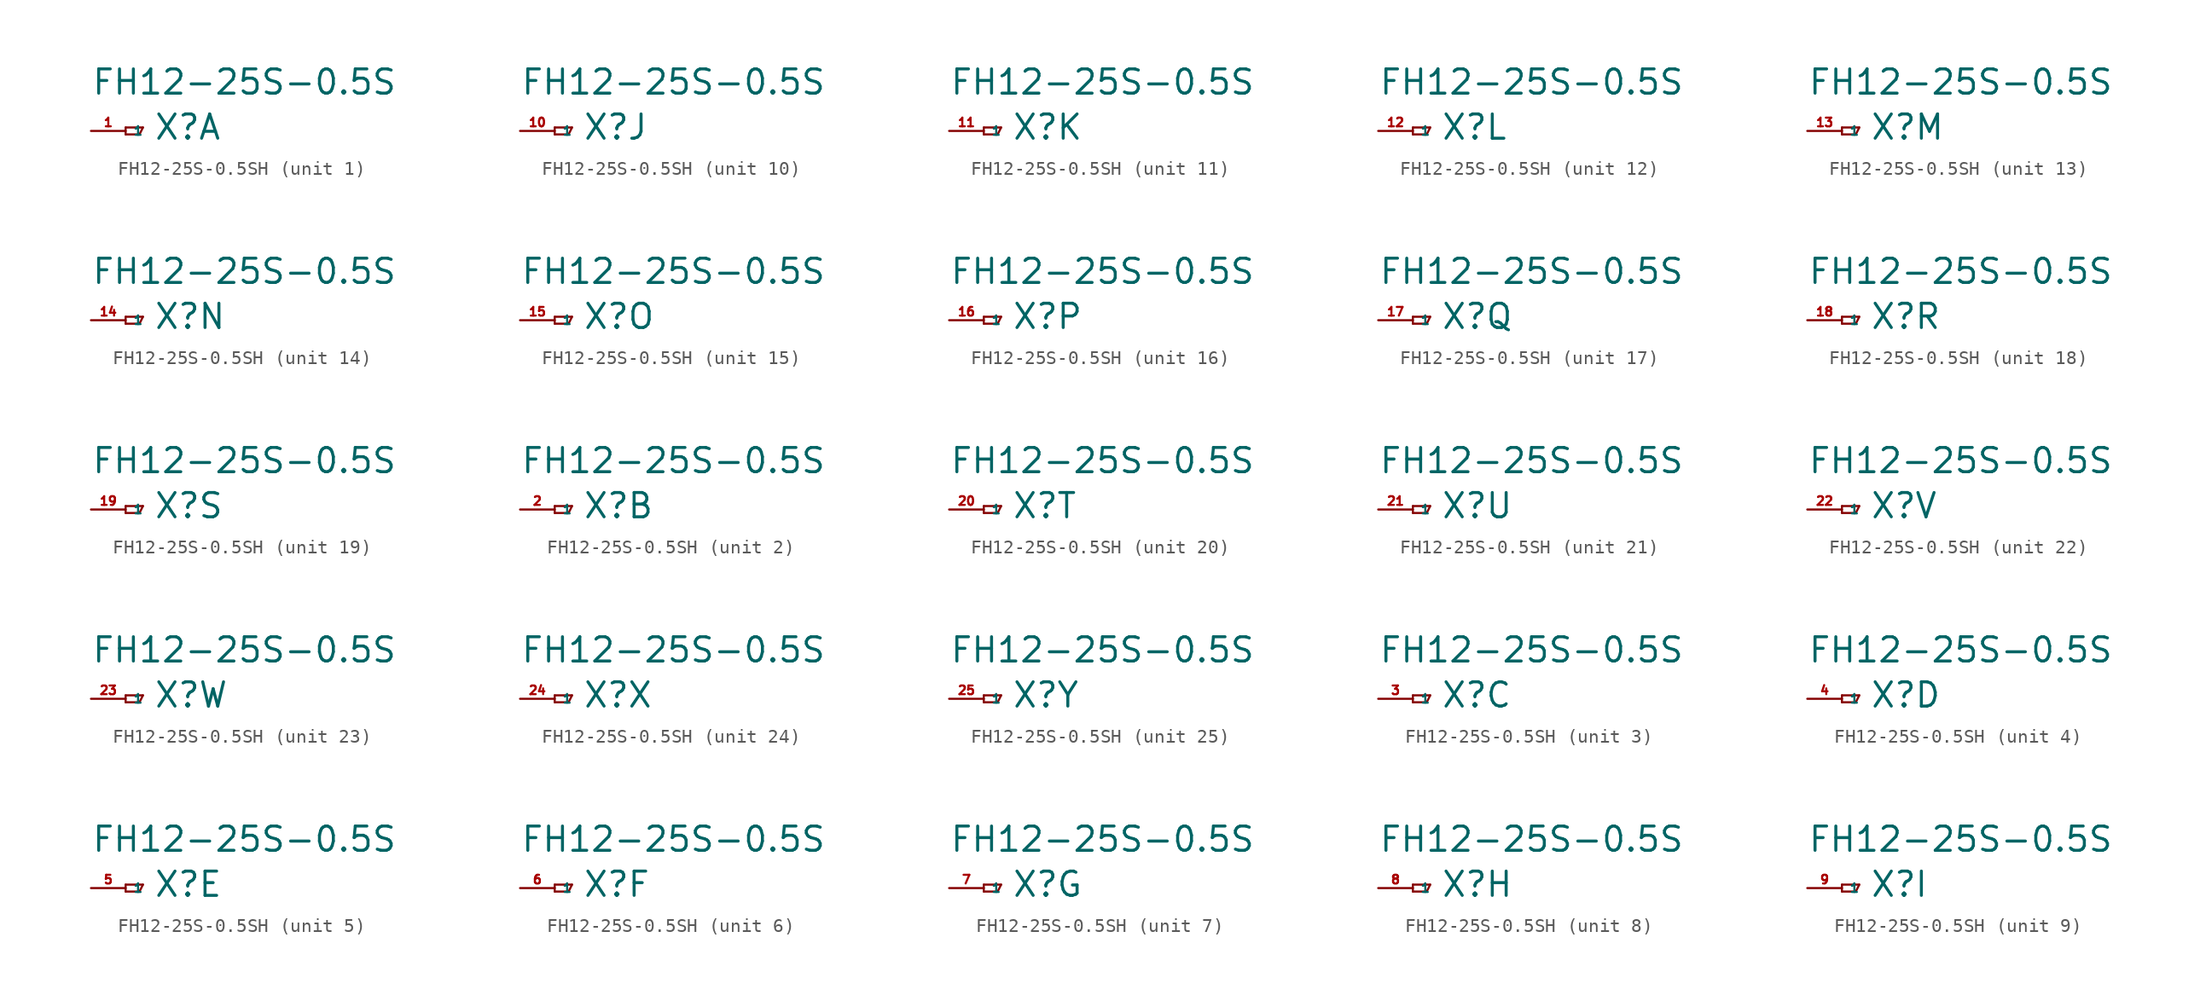
<source format=kicad_sym>
(kicad_symbol_lib
  (version 20220914)
  (generator Eagle2Kicad)
  (symbol "FH12-25S-0.5SH"
    (property "Reference" "X"
      (at 2.032 -0.762 0)
      (effects (font (size 1.778 1.778) (thickness 0.22)) (justify left bottom)))
    (property "Value" "FH12-25S-0.5S"
      (at -2.54 2.54 0)
      (effects (font (size 1.778 1.778) (thickness 0.22)) (justify left bottom)))
    (symbol "FH12-25S-0.5SH_1_0"
      (polyline (pts (xy 0 0.254) (xy 0 -0.254)) (stroke (width 0.152) (type default)) (fill (type none)))
      (polyline (pts (xy 0 -0.254) (xy 1.016 -0.254)) (stroke (width 0.152) (type default)) (fill (type none)))
      (polyline (pts (xy 1.016 -0.254) (xy 1.27 0.254)) (stroke (width 0.152) (type default)) (fill (type none)))
      (polyline (pts (xy 1.27 0.254) (xy 0 0.254)) (stroke (width 0.152) (type default)) (fill (type none)))
      (pin passive line (at -2.54 0 0) (length 2.54) (name "1" (effects (font (size 0.635 0.635) (thickness 0.08)) (justify left bottom))) (number "1" (effects (font (size 0.635 0.635) (thickness 0.08)) (justify left bottom)))))
    (symbol "FH12-25S-0.5SH_2_0"
      (polyline (pts (xy 0 0.254) (xy 0 -0.254)) (stroke (width 0.152) (type default)) (fill (type none)))
      (polyline (pts (xy 0 -0.254) (xy 1.016 -0.254)) (stroke (width 0.152) (type default)) (fill (type none)))
      (polyline (pts (xy 1.016 -0.254) (xy 1.27 0.254)) (stroke (width 0.152) (type default)) (fill (type none)))
      (polyline (pts (xy 1.27 0.254) (xy 0 0.254)) (stroke (width 0.152) (type default)) (fill (type none)))
      (pin passive line (at -2.54 0 0) (length 2.54) (name "1" (effects (font (size 0.635 0.635) (thickness 0.08)) (justify left bottom))) (number "2" (effects (font (size 0.635 0.635) (thickness 0.08)) (justify left bottom)))))
    (symbol "FH12-25S-0.5SH_3_0"
      (polyline (pts (xy 0 0.254) (xy 0 -0.254)) (stroke (width 0.152) (type default)) (fill (type none)))
      (polyline (pts (xy 0 -0.254) (xy 1.016 -0.254)) (stroke (width 0.152) (type default)) (fill (type none)))
      (polyline (pts (xy 1.016 -0.254) (xy 1.27 0.254)) (stroke (width 0.152) (type default)) (fill (type none)))
      (polyline (pts (xy 1.27 0.254) (xy 0 0.254)) (stroke (width 0.152) (type default)) (fill (type none)))
      (pin passive line (at -2.54 0 0) (length 2.54) (name "1" (effects (font (size 0.635 0.635) (thickness 0.08)) (justify left bottom))) (number "3" (effects (font (size 0.635 0.635) (thickness 0.08)) (justify left bottom)))))
    (symbol "FH12-25S-0.5SH_4_0"
      (polyline (pts (xy 0 0.254) (xy 0 -0.254)) (stroke (width 0.152) (type default)) (fill (type none)))
      (polyline (pts (xy 0 -0.254) (xy 1.016 -0.254)) (stroke (width 0.152) (type default)) (fill (type none)))
      (polyline (pts (xy 1.016 -0.254) (xy 1.27 0.254)) (stroke (width 0.152) (type default)) (fill (type none)))
      (polyline (pts (xy 1.27 0.254) (xy 0 0.254)) (stroke (width 0.152) (type default)) (fill (type none)))
      (pin passive line (at -2.54 0 0) (length 2.54) (name "1" (effects (font (size 0.635 0.635) (thickness 0.08)) (justify left bottom))) (number "4" (effects (font (size 0.635 0.635) (thickness 0.08)) (justify left bottom)))))
    (symbol "FH12-25S-0.5SH_5_0"
      (polyline (pts (xy 0 0.254) (xy 0 -0.254)) (stroke (width 0.152) (type default)) (fill (type none)))
      (polyline (pts (xy 0 -0.254) (xy 1.016 -0.254)) (stroke (width 0.152) (type default)) (fill (type none)))
      (polyline (pts (xy 1.016 -0.254) (xy 1.27 0.254)) (stroke (width 0.152) (type default)) (fill (type none)))
      (polyline (pts (xy 1.27 0.254) (xy 0 0.254)) (stroke (width 0.152) (type default)) (fill (type none)))
      (pin passive line (at -2.54 0 0) (length 2.54) (name "1" (effects (font (size 0.635 0.635) (thickness 0.08)) (justify left bottom))) (number "5" (effects (font (size 0.635 0.635) (thickness 0.08)) (justify left bottom)))))
    (symbol "FH12-25S-0.5SH_6_0"
      (polyline (pts (xy 0 0.254) (xy 0 -0.254)) (stroke (width 0.152) (type default)) (fill (type none)))
      (polyline (pts (xy 0 -0.254) (xy 1.016 -0.254)) (stroke (width 0.152) (type default)) (fill (type none)))
      (polyline (pts (xy 1.016 -0.254) (xy 1.27 0.254)) (stroke (width 0.152) (type default)) (fill (type none)))
      (polyline (pts (xy 1.27 0.254) (xy 0 0.254)) (stroke (width 0.152) (type default)) (fill (type none)))
      (pin passive line (at -2.54 0 0) (length 2.54) (name "1" (effects (font (size 0.635 0.635) (thickness 0.08)) (justify left bottom))) (number "6" (effects (font (size 0.635 0.635) (thickness 0.08)) (justify left bottom)))))
    (symbol "FH12-25S-0.5SH_7_0"
      (polyline (pts (xy 0 0.254) (xy 0 -0.254)) (stroke (width 0.152) (type default)) (fill (type none)))
      (polyline (pts (xy 0 -0.254) (xy 1.016 -0.254)) (stroke (width 0.152) (type default)) (fill (type none)))
      (polyline (pts (xy 1.016 -0.254) (xy 1.27 0.254)) (stroke (width 0.152) (type default)) (fill (type none)))
      (polyline (pts (xy 1.27 0.254) (xy 0 0.254)) (stroke (width 0.152) (type default)) (fill (type none)))
      (pin passive line (at -2.54 0 0) (length 2.54) (name "1" (effects (font (size 0.635 0.635) (thickness 0.08)) (justify left bottom))) (number "7" (effects (font (size 0.635 0.635) (thickness 0.08)) (justify left bottom)))))
    (symbol "FH12-25S-0.5SH_8_0"
      (polyline (pts (xy 0 0.254) (xy 0 -0.254)) (stroke (width 0.152) (type default)) (fill (type none)))
      (polyline (pts (xy 0 -0.254) (xy 1.016 -0.254)) (stroke (width 0.152) (type default)) (fill (type none)))
      (polyline (pts (xy 1.016 -0.254) (xy 1.27 0.254)) (stroke (width 0.152) (type default)) (fill (type none)))
      (polyline (pts (xy 1.27 0.254) (xy 0 0.254)) (stroke (width 0.152) (type default)) (fill (type none)))
      (pin passive line (at -2.54 0 0) (length 2.54) (name "1" (effects (font (size 0.635 0.635) (thickness 0.08)) (justify left bottom))) (number "8" (effects (font (size 0.635 0.635) (thickness 0.08)) (justify left bottom)))))
    (symbol "FH12-25S-0.5SH_9_0"
      (polyline (pts (xy 0 0.254) (xy 0 -0.254)) (stroke (width 0.152) (type default)) (fill (type none)))
      (polyline (pts (xy 0 -0.254) (xy 1.016 -0.254)) (stroke (width 0.152) (type default)) (fill (type none)))
      (polyline (pts (xy 1.016 -0.254) (xy 1.27 0.254)) (stroke (width 0.152) (type default)) (fill (type none)))
      (polyline (pts (xy 1.27 0.254) (xy 0 0.254)) (stroke (width 0.152) (type default)) (fill (type none)))
      (pin passive line (at -2.54 0 0) (length 2.54) (name "1" (effects (font (size 0.635 0.635) (thickness 0.08)) (justify left bottom))) (number "9" (effects (font (size 0.635 0.635) (thickness 0.08)) (justify left bottom)))))
    (symbol "FH12-25S-0.5SH_10_0"
      (polyline (pts (xy 0 0.254) (xy 0 -0.254)) (stroke (width 0.152) (type default)) (fill (type none)))
      (polyline (pts (xy 0 -0.254) (xy 1.016 -0.254)) (stroke (width 0.152) (type default)) (fill (type none)))
      (polyline (pts (xy 1.016 -0.254) (xy 1.27 0.254)) (stroke (width 0.152) (type default)) (fill (type none)))
      (polyline (pts (xy 1.27 0.254) (xy 0 0.254)) (stroke (width 0.152) (type default)) (fill (type none)))
      (pin passive line (at -2.54 0 0) (length 2.54) (name "1" (effects (font (size 0.635 0.635) (thickness 0.08)) (justify left bottom))) (number "10" (effects (font (size 0.635 0.635) (thickness 0.08)) (justify left bottom)))))
    (symbol "FH12-25S-0.5SH_11_0"
      (polyline (pts (xy 0 0.254) (xy 0 -0.254)) (stroke (width 0.152) (type default)) (fill (type none)))
      (polyline (pts (xy 0 -0.254) (xy 1.016 -0.254)) (stroke (width 0.152) (type default)) (fill (type none)))
      (polyline (pts (xy 1.016 -0.254) (xy 1.27 0.254)) (stroke (width 0.152) (type default)) (fill (type none)))
      (polyline (pts (xy 1.27 0.254) (xy 0 0.254)) (stroke (width 0.152) (type default)) (fill (type none)))
      (pin passive line (at -2.54 0 0) (length 2.54) (name "1" (effects (font (size 0.635 0.635) (thickness 0.08)) (justify left bottom))) (number "11" (effects (font (size 0.635 0.635) (thickness 0.08)) (justify left bottom)))))
    (symbol "FH12-25S-0.5SH_12_0"
      (polyline (pts (xy 0 0.254) (xy 0 -0.254)) (stroke (width 0.152) (type default)) (fill (type none)))
      (polyline (pts (xy 0 -0.254) (xy 1.016 -0.254)) (stroke (width 0.152) (type default)) (fill (type none)))
      (polyline (pts (xy 1.016 -0.254) (xy 1.27 0.254)) (stroke (width 0.152) (type default)) (fill (type none)))
      (polyline (pts (xy 1.27 0.254) (xy 0 0.254)) (stroke (width 0.152) (type default)) (fill (type none)))
      (pin passive line (at -2.54 0 0) (length 2.54) (name "1" (effects (font (size 0.635 0.635) (thickness 0.08)) (justify left bottom))) (number "12" (effects (font (size 0.635 0.635) (thickness 0.08)) (justify left bottom)))))
    (symbol "FH12-25S-0.5SH_13_0"
      (polyline (pts (xy 0 0.254) (xy 0 -0.254)) (stroke (width 0.152) (type default)) (fill (type none)))
      (polyline (pts (xy 0 -0.254) (xy 1.016 -0.254)) (stroke (width 0.152) (type default)) (fill (type none)))
      (polyline (pts (xy 1.016 -0.254) (xy 1.27 0.254)) (stroke (width 0.152) (type default)) (fill (type none)))
      (polyline (pts (xy 1.27 0.254) (xy 0 0.254)) (stroke (width 0.152) (type default)) (fill (type none)))
      (pin passive line (at -2.54 0 0) (length 2.54) (name "1" (effects (font (size 0.635 0.635) (thickness 0.08)) (justify left bottom))) (number "13" (effects (font (size 0.635 0.635) (thickness 0.08)) (justify left bottom)))))
    (symbol "FH12-25S-0.5SH_14_0"
      (polyline (pts (xy 0 0.254) (xy 0 -0.254)) (stroke (width 0.152) (type default)) (fill (type none)))
      (polyline (pts (xy 0 -0.254) (xy 1.016 -0.254)) (stroke (width 0.152) (type default)) (fill (type none)))
      (polyline (pts (xy 1.016 -0.254) (xy 1.27 0.254)) (stroke (width 0.152) (type default)) (fill (type none)))
      (polyline (pts (xy 1.27 0.254) (xy 0 0.254)) (stroke (width 0.152) (type default)) (fill (type none)))
      (pin passive line (at -2.54 0 0) (length 2.54) (name "1" (effects (font (size 0.635 0.635) (thickness 0.08)) (justify left bottom))) (number "14" (effects (font (size 0.635 0.635) (thickness 0.08)) (justify left bottom)))))
    (symbol "FH12-25S-0.5SH_15_0"
      (polyline (pts (xy 0 0.254) (xy 0 -0.254)) (stroke (width 0.152) (type default)) (fill (type none)))
      (polyline (pts (xy 0 -0.254) (xy 1.016 -0.254)) (stroke (width 0.152) (type default)) (fill (type none)))
      (polyline (pts (xy 1.016 -0.254) (xy 1.27 0.254)) (stroke (width 0.152) (type default)) (fill (type none)))
      (polyline (pts (xy 1.27 0.254) (xy 0 0.254)) (stroke (width 0.152) (type default)) (fill (type none)))
      (pin passive line (at -2.54 0 0) (length 2.54) (name "1" (effects (font (size 0.635 0.635) (thickness 0.08)) (justify left bottom))) (number "15" (effects (font (size 0.635 0.635) (thickness 0.08)) (justify left bottom)))))
    (symbol "FH12-25S-0.5SH_16_0"
      (polyline (pts (xy 0 0.254) (xy 0 -0.254)) (stroke (width 0.152) (type default)) (fill (type none)))
      (polyline (pts (xy 0 -0.254) (xy 1.016 -0.254)) (stroke (width 0.152) (type default)) (fill (type none)))
      (polyline (pts (xy 1.016 -0.254) (xy 1.27 0.254)) (stroke (width 0.152) (type default)) (fill (type none)))
      (polyline (pts (xy 1.27 0.254) (xy 0 0.254)) (stroke (width 0.152) (type default)) (fill (type none)))
      (pin passive line (at -2.54 0 0) (length 2.54) (name "1" (effects (font (size 0.635 0.635) (thickness 0.08)) (justify left bottom))) (number "16" (effects (font (size 0.635 0.635) (thickness 0.08)) (justify left bottom)))))
    (symbol "FH12-25S-0.5SH_17_0"
      (polyline (pts (xy 0 0.254) (xy 0 -0.254)) (stroke (width 0.152) (type default)) (fill (type none)))
      (polyline (pts (xy 0 -0.254) (xy 1.016 -0.254)) (stroke (width 0.152) (type default)) (fill (type none)))
      (polyline (pts (xy 1.016 -0.254) (xy 1.27 0.254)) (stroke (width 0.152) (type default)) (fill (type none)))
      (polyline (pts (xy 1.27 0.254) (xy 0 0.254)) (stroke (width 0.152) (type default)) (fill (type none)))
      (pin passive line (at -2.54 0 0) (length 2.54) (name "1" (effects (font (size 0.635 0.635) (thickness 0.08)) (justify left bottom))) (number "17" (effects (font (size 0.635 0.635) (thickness 0.08)) (justify left bottom)))))
    (symbol "FH12-25S-0.5SH_18_0"
      (polyline (pts (xy 0 0.254) (xy 0 -0.254)) (stroke (width 0.152) (type default)) (fill (type none)))
      (polyline (pts (xy 0 -0.254) (xy 1.016 -0.254)) (stroke (width 0.152) (type default)) (fill (type none)))
      (polyline (pts (xy 1.016 -0.254) (xy 1.27 0.254)) (stroke (width 0.152) (type default)) (fill (type none)))
      (polyline (pts (xy 1.27 0.254) (xy 0 0.254)) (stroke (width 0.152) (type default)) (fill (type none)))
      (pin passive line (at -2.54 0 0) (length 2.54) (name "1" (effects (font (size 0.635 0.635) (thickness 0.08)) (justify left bottom))) (number "18" (effects (font (size 0.635 0.635) (thickness 0.08)) (justify left bottom)))))
    (symbol "FH12-25S-0.5SH_19_0"
      (polyline (pts (xy 0 0.254) (xy 0 -0.254)) (stroke (width 0.152) (type default)) (fill (type none)))
      (polyline (pts (xy 0 -0.254) (xy 1.016 -0.254)) (stroke (width 0.152) (type default)) (fill (type none)))
      (polyline (pts (xy 1.016 -0.254) (xy 1.27 0.254)) (stroke (width 0.152) (type default)) (fill (type none)))
      (polyline (pts (xy 1.27 0.254) (xy 0 0.254)) (stroke (width 0.152) (type default)) (fill (type none)))
      (pin passive line (at -2.54 0 0) (length 2.54) (name "1" (effects (font (size 0.635 0.635) (thickness 0.08)) (justify left bottom))) (number "19" (effects (font (size 0.635 0.635) (thickness 0.08)) (justify left bottom)))))
    (symbol "FH12-25S-0.5SH_20_0"
      (polyline (pts (xy 0 0.254) (xy 0 -0.254)) (stroke (width 0.152) (type default)) (fill (type none)))
      (polyline (pts (xy 0 -0.254) (xy 1.016 -0.254)) (stroke (width 0.152) (type default)) (fill (type none)))
      (polyline (pts (xy 1.016 -0.254) (xy 1.27 0.254)) (stroke (width 0.152) (type default)) (fill (type none)))
      (polyline (pts (xy 1.27 0.254) (xy 0 0.254)) (stroke (width 0.152) (type default)) (fill (type none)))
      (pin passive line (at -2.54 0 0) (length 2.54) (name "1" (effects (font (size 0.635 0.635) (thickness 0.08)) (justify left bottom))) (number "20" (effects (font (size 0.635 0.635) (thickness 0.08)) (justify left bottom)))))
    (symbol "FH12-25S-0.5SH_21_0"
      (polyline (pts (xy 0 0.254) (xy 0 -0.254)) (stroke (width 0.152) (type default)) (fill (type none)))
      (polyline (pts (xy 0 -0.254) (xy 1.016 -0.254)) (stroke (width 0.152) (type default)) (fill (type none)))
      (polyline (pts (xy 1.016 -0.254) (xy 1.27 0.254)) (stroke (width 0.152) (type default)) (fill (type none)))
      (polyline (pts (xy 1.27 0.254) (xy 0 0.254)) (stroke (width 0.152) (type default)) (fill (type none)))
      (pin passive line (at -2.54 0 0) (length 2.54) (name "1" (effects (font (size 0.635 0.635) (thickness 0.08)) (justify left bottom))) (number "21" (effects (font (size 0.635 0.635) (thickness 0.08)) (justify left bottom)))))
    (symbol "FH12-25S-0.5SH_22_0"
      (polyline (pts (xy 0 0.254) (xy 0 -0.254)) (stroke (width 0.152) (type default)) (fill (type none)))
      (polyline (pts (xy 0 -0.254) (xy 1.016 -0.254)) (stroke (width 0.152) (type default)) (fill (type none)))
      (polyline (pts (xy 1.016 -0.254) (xy 1.27 0.254)) (stroke (width 0.152) (type default)) (fill (type none)))
      (polyline (pts (xy 1.27 0.254) (xy 0 0.254)) (stroke (width 0.152) (type default)) (fill (type none)))
      (pin passive line (at -2.54 0 0) (length 2.54) (name "1" (effects (font (size 0.635 0.635) (thickness 0.08)) (justify left bottom))) (number "22" (effects (font (size 0.635 0.635) (thickness 0.08)) (justify left bottom)))))
    (symbol "FH12-25S-0.5SH_23_0"
      (polyline (pts (xy 0 0.254) (xy 0 -0.254)) (stroke (width 0.152) (type default)) (fill (type none)))
      (polyline (pts (xy 0 -0.254) (xy 1.016 -0.254)) (stroke (width 0.152) (type default)) (fill (type none)))
      (polyline (pts (xy 1.016 -0.254) (xy 1.27 0.254)) (stroke (width 0.152) (type default)) (fill (type none)))
      (polyline (pts (xy 1.27 0.254) (xy 0 0.254)) (stroke (width 0.152) (type default)) (fill (type none)))
      (pin passive line (at -2.54 0 0) (length 2.54) (name "1" (effects (font (size 0.635 0.635) (thickness 0.08)) (justify left bottom))) (number "23" (effects (font (size 0.635 0.635) (thickness 0.08)) (justify left bottom)))))
    (symbol "FH12-25S-0.5SH_24_0"
      (polyline (pts (xy 0 0.254) (xy 0 -0.254)) (stroke (width 0.152) (type default)) (fill (type none)))
      (polyline (pts (xy 0 -0.254) (xy 1.016 -0.254)) (stroke (width 0.152) (type default)) (fill (type none)))
      (polyline (pts (xy 1.016 -0.254) (xy 1.27 0.254)) (stroke (width 0.152) (type default)) (fill (type none)))
      (polyline (pts (xy 1.27 0.254) (xy 0 0.254)) (stroke (width 0.152) (type default)) (fill (type none)))
      (pin passive line (at -2.54 0 0) (length 2.54) (name "1" (effects (font (size 0.635 0.635) (thickness 0.08)) (justify left bottom))) (number "24" (effects (font (size 0.635 0.635) (thickness 0.08)) (justify left bottom)))))
    (symbol "FH12-25S-0.5SH_25_0"
      (polyline (pts (xy 0 0.254) (xy 0 -0.254)) (stroke (width 0.152) (type default)) (fill (type none)))
      (polyline (pts (xy 0 -0.254) (xy 1.016 -0.254)) (stroke (width 0.152) (type default)) (fill (type none)))
      (polyline (pts (xy 1.016 -0.254) (xy 1.27 0.254)) (stroke (width 0.152) (type default)) (fill (type none)))
      (polyline (pts (xy 1.27 0.254) (xy 0 0.254)) (stroke (width 0.152) (type default)) (fill (type none)))
      (pin passive line (at -2.54 0 0) (length 2.54) (name "1" (effects (font (size 0.635 0.635) (thickness 0.08)) (justify left bottom))) (number "25" (effects (font (size 0.635 0.635) (thickness 0.08)) (justify left bottom)))))))
</source>
